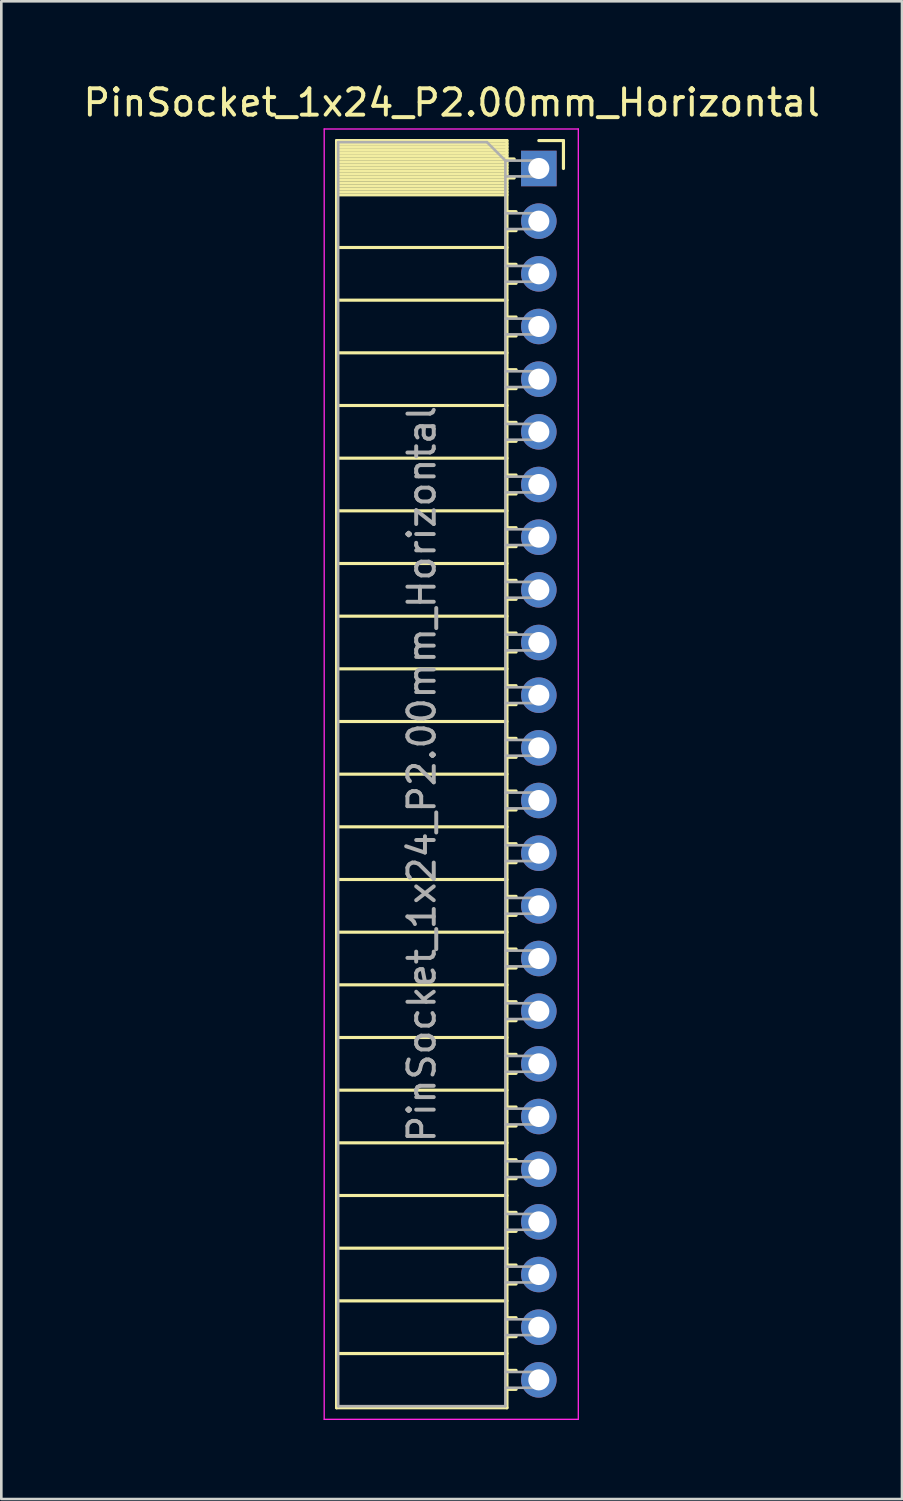
<source format=kicad_pcb>
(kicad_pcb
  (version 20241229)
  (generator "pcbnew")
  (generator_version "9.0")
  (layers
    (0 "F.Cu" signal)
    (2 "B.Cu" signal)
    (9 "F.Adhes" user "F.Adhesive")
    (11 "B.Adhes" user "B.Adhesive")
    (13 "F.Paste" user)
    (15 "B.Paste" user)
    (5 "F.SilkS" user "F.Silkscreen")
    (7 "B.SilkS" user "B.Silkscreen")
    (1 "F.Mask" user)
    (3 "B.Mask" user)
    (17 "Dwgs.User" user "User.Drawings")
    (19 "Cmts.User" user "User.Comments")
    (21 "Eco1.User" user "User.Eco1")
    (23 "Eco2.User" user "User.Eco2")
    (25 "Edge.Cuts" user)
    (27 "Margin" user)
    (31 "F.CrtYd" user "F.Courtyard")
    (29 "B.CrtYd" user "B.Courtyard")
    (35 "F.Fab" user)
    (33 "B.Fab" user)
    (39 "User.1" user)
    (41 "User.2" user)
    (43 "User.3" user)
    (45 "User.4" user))
  (footprint "PinSocket_1x24_P2.00mm_Horizontal"
    (layer "F.Cu")
    (at 17.411 3.348)
    (property "Reference" "PinSocket_1x24_P2.00mm_Horizontal" (at -3.31 -2.5 0) (layer "F.SilkS") (effects (font (size 1 1) (thickness 0.15))))
    (attr through_hole)
    (fp_line (start -7.68 -1.06) (end -7.68 47.06) (stroke (width 0.12) (type solid)) (layer "F.SilkS"))
    (fp_line (start -7.68 -1.06) (end -1.21 -1.06) (stroke (width 0.12) (type solid)) (layer "F.SilkS"))
    (fp_line (start -7.68 -0.94) (end -1.21 -0.94) (stroke (width 0.12) (type solid)) (layer "F.SilkS"))
    (fp_line (start -7.68 -0.826) (end -1.21 -0.826) (stroke (width 0.12) (type solid)) (layer "F.SilkS"))
    (fp_line (start -7.68 -0.712) (end -1.21 -0.712) (stroke (width 0.12) (type solid)) (layer "F.SilkS"))
    (fp_line (start -7.68 -0.598) (end -1.21 -0.598) (stroke (width 0.12) (type solid)) (layer "F.SilkS"))
    (fp_line (start -7.68 -0.484) (end -1.21 -0.484) (stroke (width 0.12) (type solid)) (layer "F.SilkS"))
    (fp_line (start -7.68 -0.369) (end -1.21 -0.369) (stroke (width 0.12) (type solid)) (layer "F.SilkS"))
    (fp_line (start -7.68 -0.255) (end -1.21 -0.255) (stroke (width 0.12) (type solid)) (layer "F.SilkS"))
    (fp_line (start -7.68 -0.141) (end -1.21 -0.141) (stroke (width 0.12) (type solid)) (layer "F.SilkS"))
    (fp_line (start -7.68 -0.027) (end -1.21 -0.027) (stroke (width 0.12) (type solid)) (layer "F.SilkS"))
    (fp_line (start -7.68 0.087) (end -1.21 0.087) (stroke (width 0.12) (type solid)) (layer "F.SilkS"))
    (fp_line (start -7.68 0.201) (end -1.21 0.201) (stroke (width 0.12) (type solid)) (layer "F.SilkS"))
    (fp_line (start -7.68 0.315) (end -1.21 0.315) (stroke (width 0.12) (type solid)) (layer "F.SilkS"))
    (fp_line (start -7.68 0.429) (end -1.21 0.429) (stroke (width 0.12) (type solid)) (layer "F.SilkS"))
    (fp_line (start -7.68 0.544) (end -1.21 0.544) (stroke (width 0.12) (type solid)) (layer "F.SilkS"))
    (fp_line (start -7.68 0.658) (end -1.21 0.658) (stroke (width 0.12) (type solid)) (layer "F.SilkS"))
    (fp_line (start -7.68 0.772) (end -1.21 0.772) (stroke (width 0.12) (type solid)) (layer "F.SilkS"))
    (fp_line (start -7.68 0.886) (end -1.21 0.886) (stroke (width 0.12) (type solid)) (layer "F.SilkS"))
    (fp_line (start -7.68 1) (end -1.21 1) (stroke (width 0.12) (type solid)) (layer "F.SilkS"))
    (fp_line (start -7.68 3) (end -1.21 3) (stroke (width 0.12) (type solid)) (layer "F.SilkS"))
    (fp_line (start -7.68 5) (end -1.21 5) (stroke (width 0.12) (type solid)) (layer "F.SilkS"))
    (fp_line (start -7.68 7) (end -1.21 7) (stroke (width 0.12) (type solid)) (layer "F.SilkS"))
    (fp_line (start -7.68 9) (end -1.21 9) (stroke (width 0.12) (type solid)) (layer "F.SilkS"))
    (fp_line (start -7.68 11) (end -1.21 11) (stroke (width 0.12) (type solid)) (layer "F.SilkS"))
    (fp_line (start -7.68 13) (end -1.21 13) (stroke (width 0.12) (type solid)) (layer "F.SilkS"))
    (fp_line (start -7.68 15) (end -1.21 15) (stroke (width 0.12) (type solid)) (layer "F.SilkS"))
    (fp_line (start -7.68 17) (end -1.21 17) (stroke (width 0.12) (type solid)) (layer "F.SilkS"))
    (fp_line (start -7.68 19) (end -1.21 19) (stroke (width 0.12) (type solid)) (layer "F.SilkS"))
    (fp_line (start -7.68 21) (end -1.21 21) (stroke (width 0.12) (type solid)) (layer "F.SilkS"))
    (fp_line (start -7.68 23) (end -1.21 23) (stroke (width 0.12) (type solid)) (layer "F.SilkS"))
    (fp_line (start -7.68 25) (end -1.21 25) (stroke (width 0.12) (type solid)) (layer "F.SilkS"))
    (fp_line (start -7.68 27) (end -1.21 27) (stroke (width 0.12) (type solid)) (layer "F.SilkS"))
    (fp_line (start -7.68 29) (end -1.21 29) (stroke (width 0.12) (type solid)) (layer "F.SilkS"))
    (fp_line (start -7.68 31) (end -1.21 31) (stroke (width 0.12) (type solid)) (layer "F.SilkS"))
    (fp_line (start -7.68 33) (end -1.21 33) (stroke (width 0.12) (type solid)) (layer "F.SilkS"))
    (fp_line (start -7.68 35) (end -1.21 35) (stroke (width 0.12) (type solid)) (layer "F.SilkS"))
    (fp_line (start -7.68 37) (end -1.21 37) (stroke (width 0.12) (type solid)) (layer "F.SilkS"))
    (fp_line (start -7.68 39) (end -1.21 39) (stroke (width 0.12) (type solid)) (layer "F.SilkS"))
    (fp_line (start -7.68 41) (end -1.21 41) (stroke (width 0.12) (type solid)) (layer "F.SilkS"))
    (fp_line (start -7.68 43) (end -1.21 43) (stroke (width 0.12) (type solid)) (layer "F.SilkS"))
    (fp_line (start -7.68 45) (end -1.21 45) (stroke (width 0.12) (type solid)) (layer "F.SilkS"))
    (fp_line (start -7.68 47.06) (end -1.21 47.06) (stroke (width 0.12) (type solid)) (layer "F.SilkS"))
    (fp_line (start -1.21 -1.06) (end -1.21 47.06) (stroke (width 0.12) (type solid)) (layer "F.SilkS"))
    (fp_line (start -1.21 -0.36) (end -0.935 -0.36) (stroke (width 0.12) (type solid)) (layer "F.SilkS"))
    (fp_line (start -1.21 0.36) (end -0.935 0.36) (stroke (width 0.12) (type solid)) (layer "F.SilkS"))
    (fp_line (start -1.21 1.64) (end -0.863 1.64) (stroke (width 0.12) (type solid)) (layer "F.SilkS"))
    (fp_line (start -1.21 2.36) (end -0.863 2.36) (stroke (width 0.12) (type solid)) (layer "F.SilkS"))
    (fp_line (start -1.21 3.64) (end -0.863 3.64) (stroke (width 0.12) (type solid)) (layer "F.SilkS"))
    (fp_line (start -1.21 4.36) (end -0.863 4.36) (stroke (width 0.12) (type solid)) (layer "F.SilkS"))
    (fp_line (start -1.21 5.64) (end -0.863 5.64) (stroke (width 0.12) (type solid)) (layer "F.SilkS"))
    (fp_line (start -1.21 6.36) (end -0.863 6.36) (stroke (width 0.12) (type solid)) (layer "F.SilkS"))
    (fp_line (start -1.21 7.64) (end -0.863 7.64) (stroke (width 0.12) (type solid)) (layer "F.SilkS"))
    (fp_line (start -1.21 8.36) (end -0.863 8.36) (stroke (width 0.12) (type solid)) (layer "F.SilkS"))
    (fp_line (start -1.21 9.64) (end -0.863 9.64) (stroke (width 0.12) (type solid)) (layer "F.SilkS"))
    (fp_line (start -1.21 10.36) (end -0.863 10.36) (stroke (width 0.12) (type solid)) (layer "F.SilkS"))
    (fp_line (start -1.21 11.64) (end -0.863 11.64) (stroke (width 0.12) (type solid)) (layer "F.SilkS"))
    (fp_line (start -1.21 12.36) (end -0.863 12.36) (stroke (width 0.12) (type solid)) (layer "F.SilkS"))
    (fp_line (start -1.21 13.64) (end -0.863 13.64) (stroke (width 0.12) (type solid)) (layer "F.SilkS"))
    (fp_line (start -1.21 14.36) (end -0.863 14.36) (stroke (width 0.12) (type solid)) (layer "F.SilkS"))
    (fp_line (start -1.21 15.64) (end -0.863 15.64) (stroke (width 0.12) (type solid)) (layer "F.SilkS"))
    (fp_line (start -1.21 16.36) (end -0.863 16.36) (stroke (width 0.12) (type solid)) (layer "F.SilkS"))
    (fp_line (start -1.21 17.64) (end -0.863 17.64) (stroke (width 0.12) (type solid)) (layer "F.SilkS"))
    (fp_line (start -1.21 18.36) (end -0.863 18.36) (stroke (width 0.12) (type solid)) (layer "F.SilkS"))
    (fp_line (start -1.21 19.64) (end -0.863 19.64) (stroke (width 0.12) (type solid)) (layer "F.SilkS"))
    (fp_line (start -1.21 20.36) (end -0.863 20.36) (stroke (width 0.12) (type solid)) (layer "F.SilkS"))
    (fp_line (start -1.21 21.64) (end -0.863 21.64) (stroke (width 0.12) (type solid)) (layer "F.SilkS"))
    (fp_line (start -1.21 22.36) (end -0.863 22.36) (stroke (width 0.12) (type solid)) (layer "F.SilkS"))
    (fp_line (start -1.21 23.64) (end -0.863 23.64) (stroke (width 0.12) (type solid)) (layer "F.SilkS"))
    (fp_line (start -1.21 24.36) (end -0.863 24.36) (stroke (width 0.12) (type solid)) (layer "F.SilkS"))
    (fp_line (start -1.21 25.64) (end -0.863 25.64) (stroke (width 0.12) (type solid)) (layer "F.SilkS"))
    (fp_line (start -1.21 26.36) (end -0.863 26.36) (stroke (width 0.12) (type solid)) (layer "F.SilkS"))
    (fp_line (start -1.21 27.64) (end -0.863 27.64) (stroke (width 0.12) (type solid)) (layer "F.SilkS"))
    (fp_line (start -1.21 28.36) (end -0.863 28.36) (stroke (width 0.12) (type solid)) (layer "F.SilkS"))
    (fp_line (start -1.21 29.64) (end -0.863 29.64) (stroke (width 0.12) (type solid)) (layer "F.SilkS"))
    (fp_line (start -1.21 30.36) (end -0.863 30.36) (stroke (width 0.12) (type solid)) (layer "F.SilkS"))
    (fp_line (start -1.21 31.64) (end -0.863 31.64) (stroke (width 0.12) (type solid)) (layer "F.SilkS"))
    (fp_line (start -1.21 32.36) (end -0.863 32.36) (stroke (width 0.12) (type solid)) (layer "F.SilkS"))
    (fp_line (start -1.21 33.64) (end -0.863 33.64) (stroke (width 0.12) (type solid)) (layer "F.SilkS"))
    (fp_line (start -1.21 34.36) (end -0.863 34.36) (stroke (width 0.12) (type solid)) (layer "F.SilkS"))
    (fp_line (start -1.21 35.64) (end -0.863 35.64) (stroke (width 0.12) (type solid)) (layer "F.SilkS"))
    (fp_line (start -1.21 36.36) (end -0.863 36.36) (stroke (width 0.12) (type solid)) (layer "F.SilkS"))
    (fp_line (start -1.21 37.64) (end -0.863 37.64) (stroke (width 0.12) (type solid)) (layer "F.SilkS"))
    (fp_line (start -1.21 38.36) (end -0.863 38.36) (stroke (width 0.12) (type solid)) (layer "F.SilkS"))
    (fp_line (start -1.21 39.64) (end -0.863 39.64) (stroke (width 0.12) (type solid)) (layer "F.SilkS"))
    (fp_line (start -1.21 40.36) (end -0.863 40.36) (stroke (width 0.12) (type solid)) (layer "F.SilkS"))
    (fp_line (start -1.21 41.64) (end -0.863 41.64) (stroke (width 0.12) (type solid)) (layer "F.SilkS"))
    (fp_line (start -1.21 42.36) (end -0.863 42.36) (stroke (width 0.12) (type solid)) (layer "F.SilkS"))
    (fp_line (start -1.21 43.64) (end -0.863 43.64) (stroke (width 0.12) (type solid)) (layer "F.SilkS"))
    (fp_line (start -1.21 44.36) (end -0.863 44.36) (stroke (width 0.12) (type solid)) (layer "F.SilkS"))
    (fp_line (start -1.21 45.64) (end -0.863 45.64) (stroke (width 0.12) (type solid)) (layer "F.SilkS"))
    (fp_line (start -1.21 46.36) (end -0.863 46.36) (stroke (width 0.12) (type solid)) (layer "F.SilkS"))
    (fp_line (start 0 -1.06) (end 0.935 -1.06) (stroke (width 0.12) (type solid)) (layer "F.SilkS"))
    (fp_line (start 0.935 -1.06) (end 0.935 0) (stroke (width 0.12) (type solid)) (layer "F.SilkS"))
    (fp_line (start -8.15 -1.5) (end -8.15 47.5) (stroke (width 0.05) (type solid)) (layer "F.CrtYd"))
    (fp_line (start -8.15 47.5) (end 1.5 47.5) (stroke (width 0.05) (type solid)) (layer "F.CrtYd"))
    (fp_line (start 1.5 -1.5) (end -8.15 -1.5) (stroke (width 0.05) (type solid)) (layer "F.CrtYd"))
    (fp_line (start 1.5 47.5) (end 1.5 -1.5) (stroke (width 0.05) (type solid)) (layer "F.CrtYd"))
    (fp_line (start -7.62 -1) (end -1.97 -1) (stroke (width 0.1) (type solid)) (layer "F.Fab"))
    (fp_line (start -7.62 47) (end -7.62 -1) (stroke (width 0.1) (type solid)) (layer "F.Fab"))
    (fp_line (start -1.97 -1) (end -1.27 -0.3) (stroke (width 0.1) (type solid)) (layer "F.Fab"))
    (fp_line (start -1.27 -0.3) (end -1.27 47) (stroke (width 0.1) (type solid)) (layer "F.Fab"))
    (fp_line (start -1.27 0.3) (end 0 0.3) (stroke (width 0.1) (type solid)) (layer "F.Fab"))
    (fp_line (start -1.27 2.3) (end 0 2.3) (stroke (width 0.1) (type solid)) (layer "F.Fab"))
    (fp_line (start -1.27 4.3) (end 0 4.3) (stroke (width 0.1) (type solid)) (layer "F.Fab"))
    (fp_line (start -1.27 6.3) (end 0 6.3) (stroke (width 0.1) (type solid)) (layer "F.Fab"))
    (fp_line (start -1.27 8.3) (end 0 8.3) (stroke (width 0.1) (type solid)) (layer "F.Fab"))
    (fp_line (start -1.27 10.3) (end 0 10.3) (stroke (width 0.1) (type solid)) (layer "F.Fab"))
    (fp_line (start -1.27 12.3) (end 0 12.3) (stroke (width 0.1) (type solid)) (layer "F.Fab"))
    (fp_line (start -1.27 14.3) (end 0 14.3) (stroke (width 0.1) (type solid)) (layer "F.Fab"))
    (fp_line (start -1.27 16.3) (end 0 16.3) (stroke (width 0.1) (type solid)) (layer "F.Fab"))
    (fp_line (start -1.27 18.3) (end 0 18.3) (stroke (width 0.1) (type solid)) (layer "F.Fab"))
    (fp_line (start -1.27 20.3) (end 0 20.3) (stroke (width 0.1) (type solid)) (layer "F.Fab"))
    (fp_line (start -1.27 22.3) (end 0 22.3) (stroke (width 0.1) (type solid)) (layer "F.Fab"))
    (fp_line (start -1.27 24.3) (end 0 24.3) (stroke (width 0.1) (type solid)) (layer "F.Fab"))
    (fp_line (start -1.27 26.3) (end 0 26.3) (stroke (width 0.1) (type solid)) (layer "F.Fab"))
    (fp_line (start -1.27 28.3) (end 0 28.3) (stroke (width 0.1) (type solid)) (layer "F.Fab"))
    (fp_line (start -1.27 30.3) (end 0 30.3) (stroke (width 0.1) (type solid)) (layer "F.Fab"))
    (fp_line (start -1.27 32.3) (end 0 32.3) (stroke (width 0.1) (type solid)) (layer "F.Fab"))
    (fp_line (start -1.27 34.3) (end 0 34.3) (stroke (width 0.1) (type solid)) (layer "F.Fab"))
    (fp_line (start -1.27 36.3) (end 0 36.3) (stroke (width 0.1) (type solid)) (layer "F.Fab"))
    (fp_line (start -1.27 38.3) (end 0 38.3) (stroke (width 0.1) (type solid)) (layer "F.Fab"))
    (fp_line (start -1.27 40.3) (end 0 40.3) (stroke (width 0.1) (type solid)) (layer "F.Fab"))
    (fp_line (start -1.27 42.3) (end 0 42.3) (stroke (width 0.1) (type solid)) (layer "F.Fab"))
    (fp_line (start -1.27 44.3) (end 0 44.3) (stroke (width 0.1) (type solid)) (layer "F.Fab"))
    (fp_line (start -1.27 46.3) (end 0 46.3) (stroke (width 0.1) (type solid)) (layer "F.Fab"))
    (fp_line (start -1.27 47) (end -7.62 47) (stroke (width 0.1) (type solid)) (layer "F.Fab"))
    (fp_line (start 0 -0.3) (end -1.27 -0.3) (stroke (width 0.1) (type solid)) (layer "F.Fab"))
    (fp_line (start 0 0.3) (end 0 -0.3) (stroke (width 0.1) (type solid)) (layer "F.Fab"))
    (fp_line (start 0 1.7) (end -1.27 1.7) (stroke (width 0.1) (type solid)) (layer "F.Fab"))
    (fp_line (start 0 2.3) (end 0 1.7) (stroke (width 0.1) (type solid)) (layer "F.Fab"))
    (fp_line (start 0 3.7) (end -1.27 3.7) (stroke (width 0.1) (type solid)) (layer "F.Fab"))
    (fp_line (start 0 4.3) (end 0 3.7) (stroke (width 0.1) (type solid)) (layer "F.Fab"))
    (fp_line (start 0 5.7) (end -1.27 5.7) (stroke (width 0.1) (type solid)) (layer "F.Fab"))
    (fp_line (start 0 6.3) (end 0 5.7) (stroke (width 0.1) (type solid)) (layer "F.Fab"))
    (fp_line (start 0 7.7) (end -1.27 7.7) (stroke (width 0.1) (type solid)) (layer "F.Fab"))
    (fp_line (start 0 8.3) (end 0 7.7) (stroke (width 0.1) (type solid)) (layer "F.Fab"))
    (fp_line (start 0 9.7) (end -1.27 9.7) (stroke (width 0.1) (type solid)) (layer "F.Fab"))
    (fp_line (start 0 10.3) (end 0 9.7) (stroke (width 0.1) (type solid)) (layer "F.Fab"))
    (fp_line (start 0 11.7) (end -1.27 11.7) (stroke (width 0.1) (type solid)) (layer "F.Fab"))
    (fp_line (start 0 12.3) (end 0 11.7) (stroke (width 0.1) (type solid)) (layer "F.Fab"))
    (fp_line (start 0 13.7) (end -1.27 13.7) (stroke (width 0.1) (type solid)) (layer "F.Fab"))
    (fp_line (start 0 14.3) (end 0 13.7) (stroke (width 0.1) (type solid)) (layer "F.Fab"))
    (fp_line (start 0 15.7) (end -1.27 15.7) (stroke (width 0.1) (type solid)) (layer "F.Fab"))
    (fp_line (start 0 16.3) (end 0 15.7) (stroke (width 0.1) (type solid)) (layer "F.Fab"))
    (fp_line (start 0 17.7) (end -1.27 17.7) (stroke (width 0.1) (type solid)) (layer "F.Fab"))
    (fp_line (start 0 18.3) (end 0 17.7) (stroke (width 0.1) (type solid)) (layer "F.Fab"))
    (fp_line (start 0 19.7) (end -1.27 19.7) (stroke (width 0.1) (type solid)) (layer "F.Fab"))
    (fp_line (start 0 20.3) (end 0 19.7) (stroke (width 0.1) (type solid)) (layer "F.Fab"))
    (fp_line (start 0 21.7) (end -1.27 21.7) (stroke (width 0.1) (type solid)) (layer "F.Fab"))
    (fp_line (start 0 22.3) (end 0 21.7) (stroke (width 0.1) (type solid)) (layer "F.Fab"))
    (fp_line (start 0 23.7) (end -1.27 23.7) (stroke (width 0.1) (type solid)) (layer "F.Fab"))
    (fp_line (start 0 24.3) (end 0 23.7) (stroke (width 0.1) (type solid)) (layer "F.Fab"))
    (fp_line (start 0 25.7) (end -1.27 25.7) (stroke (width 0.1) (type solid)) (layer "F.Fab"))
    (fp_line (start 0 26.3) (end 0 25.7) (stroke (width 0.1) (type solid)) (layer "F.Fab"))
    (fp_line (start 0 27.7) (end -1.27 27.7) (stroke (width 0.1) (type solid)) (layer "F.Fab"))
    (fp_line (start 0 28.3) (end 0 27.7) (stroke (width 0.1) (type solid)) (layer "F.Fab"))
    (fp_line (start 0 29.7) (end -1.27 29.7) (stroke (width 0.1) (type solid)) (layer "F.Fab"))
    (fp_line (start 0 30.3) (end 0 29.7) (stroke (width 0.1) (type solid)) (layer "F.Fab"))
    (fp_line (start 0 31.7) (end -1.27 31.7) (stroke (width 0.1) (type solid)) (layer "F.Fab"))
    (fp_line (start 0 32.3) (end 0 31.7) (stroke (width 0.1) (type solid)) (layer "F.Fab"))
    (fp_line (start 0 33.7) (end -1.27 33.7) (stroke (width 0.1) (type solid)) (layer "F.Fab"))
    (fp_line (start 0 34.3) (end 0 33.7) (stroke (width 0.1) (type solid)) (layer "F.Fab"))
    (fp_line (start 0 35.7) (end -1.27 35.7) (stroke (width 0.1) (type solid)) (layer "F.Fab"))
    (fp_line (start 0 36.3) (end 0 35.7) (stroke (width 0.1) (type solid)) (layer "F.Fab"))
    (fp_line (start 0 37.7) (end -1.27 37.7) (stroke (width 0.1) (type solid)) (layer "F.Fab"))
    (fp_line (start 0 38.3) (end 0 37.7) (stroke (width 0.1) (type solid)) (layer "F.Fab"))
    (fp_line (start 0 39.7) (end -1.27 39.7) (stroke (width 0.1) (type solid)) (layer "F.Fab"))
    (fp_line (start 0 40.3) (end 0 39.7) (stroke (width 0.1) (type solid)) (layer "F.Fab"))
    (fp_line (start 0 41.7) (end -1.27 41.7) (stroke (width 0.1) (type solid)) (layer "F.Fab"))
    (fp_line (start 0 42.3) (end 0 41.7) (stroke (width 0.1) (type solid)) (layer "F.Fab"))
    (fp_line (start 0 43.7) (end -1.27 43.7) (stroke (width 0.1) (type solid)) (layer "F.Fab"))
    (fp_line (start 0 44.3) (end 0 43.7) (stroke (width 0.1) (type solid)) (layer "F.Fab"))
    (fp_line (start 0 45.7) (end -1.27 45.7) (stroke (width 0.1) (type solid)) (layer "F.Fab"))
    (fp_line (start 0 46.3) (end 0 45.7) (stroke (width 0.1) (type solid)) (layer "F.Fab"))
    (fp_text user "${REFERENCE}" (at -4.445 23 90) (layer "F.Fab") (effects (font (size 1 1) (thickness 0.15))))
    (pad "1" thru_hole rect (at 0 0) (size 1.35 1.35) (drill 0.8) (layers "*.Cu" "*.Mask"))
    (pad "2" thru_hole circle (at 0 2) (size 1.35 1.35) (drill 0.8) (layers "*.Cu" "*.Mask"))
    (pad "3" thru_hole circle (at 0 4) (size 1.35 1.35) (drill 0.8) (layers "*.Cu" "*.Mask"))
    (pad "4" thru_hole circle (at 0 6) (size 1.35 1.35) (drill 0.8) (layers "*.Cu" "*.Mask"))
    (pad "5" thru_hole circle (at 0 8) (size 1.35 1.35) (drill 0.8) (layers "*.Cu" "*.Mask"))
    (pad "6" thru_hole circle (at 0 10) (size 1.35 1.35) (drill 0.8) (layers "*.Cu" "*.Mask"))
    (pad "7" thru_hole circle (at 0 12) (size 1.35 1.35) (drill 0.8) (layers "*.Cu" "*.Mask"))
    (pad "8" thru_hole circle (at 0 14) (size 1.35 1.35) (drill 0.8) (layers "*.Cu" "*.Mask"))
    (pad "9" thru_hole circle (at 0 16) (size 1.35 1.35) (drill 0.8) (layers "*.Cu" "*.Mask"))
    (pad "10" thru_hole circle (at 0 18) (size 1.35 1.35) (drill 0.8) (layers "*.Cu" "*.Mask"))
    (pad "11" thru_hole circle (at 0 20) (size 1.35 1.35) (drill 0.8) (layers "*.Cu" "*.Mask"))
    (pad "12" thru_hole circle (at 0 22) (size 1.35 1.35) (drill 0.8) (layers "*.Cu" "*.Mask"))
    (pad "13" thru_hole circle (at 0 24) (size 1.35 1.35) (drill 0.8) (layers "*.Cu" "*.Mask"))
    (pad "14" thru_hole circle (at 0 26) (size 1.35 1.35) (drill 0.8) (layers "*.Cu" "*.Mask"))
    (pad "15" thru_hole circle (at 0 28) (size 1.35 1.35) (drill 0.8) (layers "*.Cu" "*.Mask"))
    (pad "16" thru_hole circle (at 0 30) (size 1.35 1.35) (drill 0.8) (layers "*.Cu" "*.Mask"))
    (pad "17" thru_hole circle (at 0 32) (size 1.35 1.35) (drill 0.8) (layers "*.Cu" "*.Mask"))
    (pad "18" thru_hole circle (at 0 34) (size 1.35 1.35) (drill 0.8) (layers "*.Cu" "*.Mask"))
    (pad "19" thru_hole circle (at 0 36) (size 1.35 1.35) (drill 0.8) (layers "*.Cu" "*.Mask"))
    (pad "20" thru_hole circle (at 0 38) (size 1.35 1.35) (drill 0.8) (layers "*.Cu" "*.Mask"))
    (pad "21" thru_hole circle (at 0 40) (size 1.35 1.35) (drill 0.8) (layers "*.Cu" "*.Mask"))
    (pad "22" thru_hole circle (at 0 42) (size 1.35 1.35) (drill 0.8) (layers "*.Cu" "*.Mask"))
    (pad "23" thru_hole circle (at 0 44) (size 1.35 1.35) (drill 0.8) (layers "*.Cu" "*.Mask"))
    (pad "24" thru_hole circle (at 0 46) (size 1.35 1.35) (drill 0.8) (layers "*.Cu" "*.Mask")))
  (gr_rect
    (start -3 -3)
    (end 31.202 53.873)
    (stroke (width 0.1) (type default))
    (fill no)
    (layer "Edge.Cuts")))
</source>
